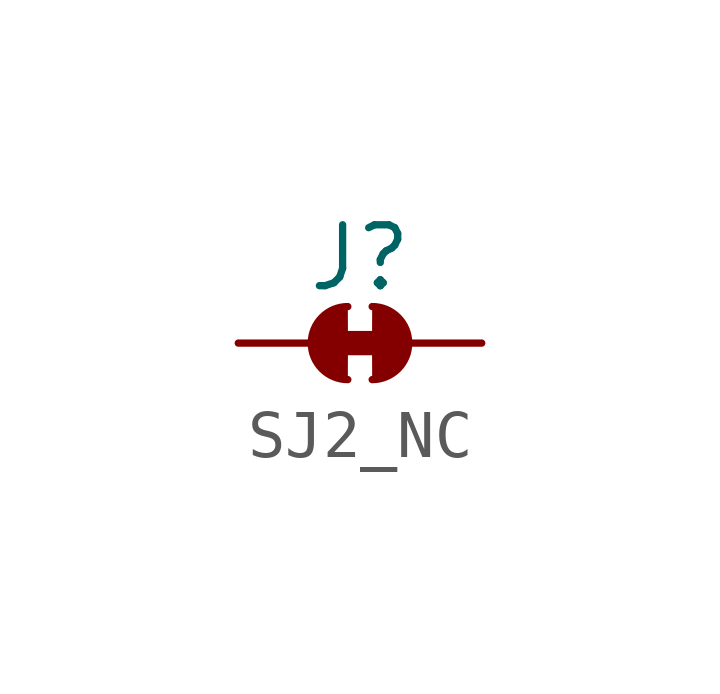
<source format=kicad_sym>
(kicad_symbol_lib
  (version 20211014)
  (generator kicad_symbol_editor)
  (symbol "SJ2_NC"
    (pin_numbers hide)
    (pin_names
      (offset 0) hide)
    (property "Reference" "J"
      (at 0 1.778 0)
      (effects (font (size 1.27 1.27))))
    (symbol "SJ2_NC_0_1"
      (arc (start -0.254 0.762) (mid -1.016 0) (end -0.254 -0.762) (stroke (width 0) (type default) (color 0 0 0 0)) (fill (type outline)))
      (polyline (pts (xy -0.254 0) (xy 0.254 0)) (stroke (width 0.508) (type default) (color 0 0 0 0)) (fill (type none)))
      (arc (start 0.254 -0.762) (mid 1.016 0) (end 0.254 0.762) (stroke (width 0) (type default) (color 0 0 0 0)) (fill (type outline))))
    (symbol "SJ2_NC_1_1"
      (pin passive line (at -2.54 0 0) (length 1.524) (name "1" (effects (font (size 1.27 1.27)))) (number "1" (effects (font (size 1.27 1.27)))))
      (pin passive line (at 2.54 0 180) (length 1.524) (name "2" (effects (font (size 1.27 1.27)))) (number "2" (effects (font (size 1.27 1.27))))))))
</source>
